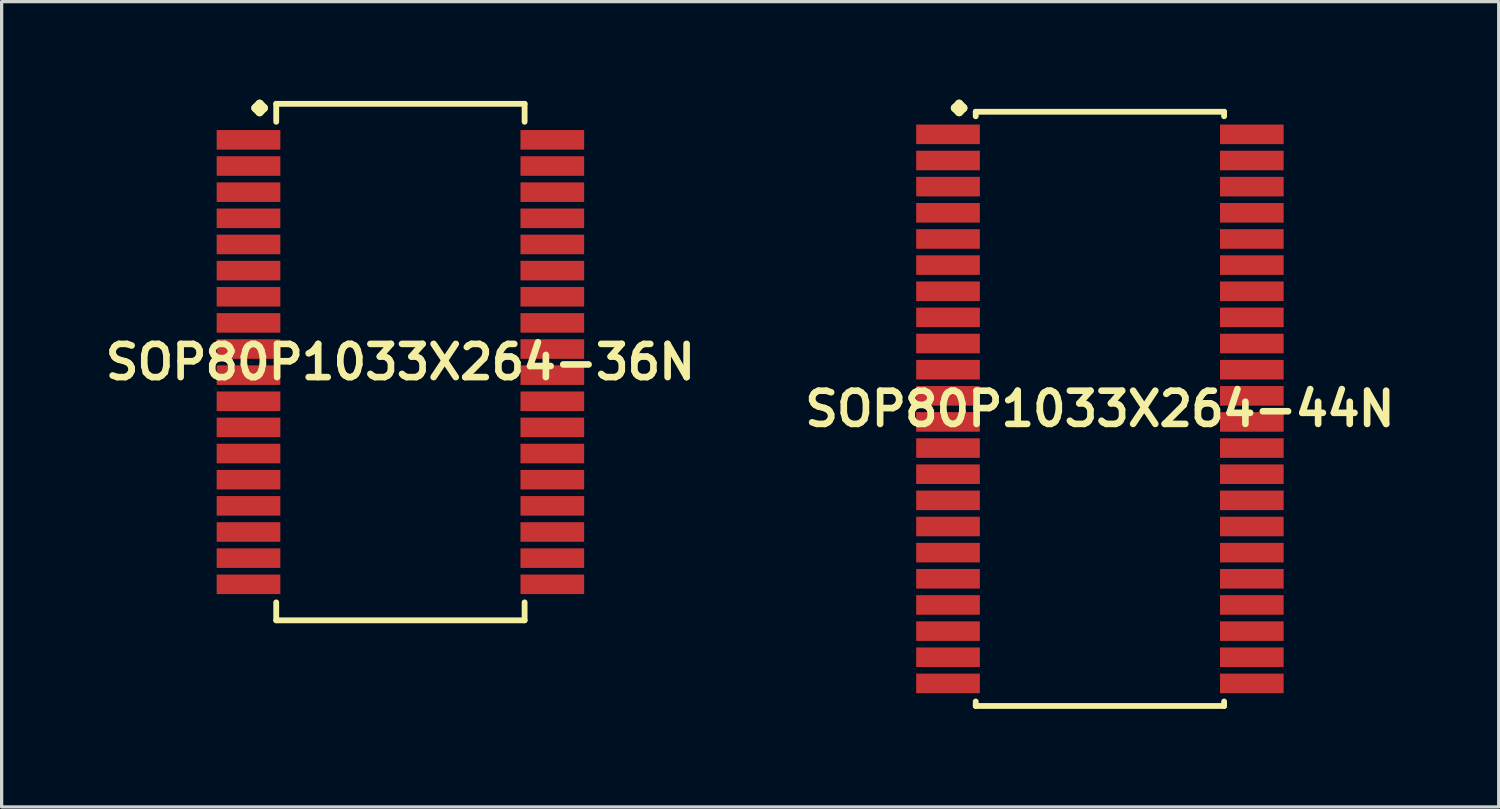
<source format=kicad_pcb>
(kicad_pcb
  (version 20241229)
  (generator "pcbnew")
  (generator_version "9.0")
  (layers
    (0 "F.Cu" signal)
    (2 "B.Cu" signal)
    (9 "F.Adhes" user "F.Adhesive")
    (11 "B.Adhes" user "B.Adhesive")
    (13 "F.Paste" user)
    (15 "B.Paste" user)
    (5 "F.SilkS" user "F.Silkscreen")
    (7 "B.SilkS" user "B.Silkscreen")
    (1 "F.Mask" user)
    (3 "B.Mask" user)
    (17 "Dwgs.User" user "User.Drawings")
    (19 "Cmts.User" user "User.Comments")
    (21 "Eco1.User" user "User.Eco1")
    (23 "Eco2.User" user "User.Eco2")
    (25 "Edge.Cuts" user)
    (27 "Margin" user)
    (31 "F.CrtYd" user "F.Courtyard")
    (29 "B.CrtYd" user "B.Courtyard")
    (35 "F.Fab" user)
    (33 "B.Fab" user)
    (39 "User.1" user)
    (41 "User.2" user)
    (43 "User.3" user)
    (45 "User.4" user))
  (footprint "SOP80P1033X264-44N"
    (layer "F.Cu")
    (at 30.606 9.461)
    (property "Reference" "SOP80P1033X264-44N" (at 0 0 0) (layer "F.SilkS") (effects (font (size 1.016 1.016) (thickness 0.203))))
    (attr smd)
    (fp_line (start -4.435 -9.207) (end -4.308 -9.335) (stroke (width 0.254) (type solid)) (layer "F.SilkS"))
    (fp_line (start -4.308 -9.335) (end -4.181 -9.207) (stroke (width 0.254) (type solid)) (layer "F.SilkS"))
    (fp_line (start -4.308 -9.081) (end -4.435 -9.207) (stroke (width 0.254) (type solid)) (layer "F.SilkS"))
    (fp_line (start -4.181 -9.207) (end -4.308 -9.081) (stroke (width 0.254) (type solid)) (layer "F.SilkS"))
    (fp_line (start -3.8 -9.091) (end 3.8 -9.091) (stroke (width 0.178) (type solid)) (layer "F.SilkS"))
    (fp_line (start -3.8 -8.954) (end -3.8 -9.091) (stroke (width 0.178) (type solid)) (layer "F.SilkS"))
    (fp_line (start -3.8 8.954) (end -3.8 9.091) (stroke (width 0.178) (type solid)) (layer "F.SilkS"))
    (fp_line (start -3.8 9.091) (end 3.8 9.091) (stroke (width 0.178) (type solid)) (layer "F.SilkS"))
    (fp_line (start 3.8 -9.091) (end 3.8 -8.954) (stroke (width 0.178) (type solid)) (layer "F.SilkS"))
    (fp_line (start 3.8 9.091) (end 3.8 8.954) (stroke (width 0.178) (type solid)) (layer "F.SilkS"))
    (pad "1" smd rect (at -4.648 -8.4) (size 1.948 0.599) (layers "F.Cu" "F.Mask" "F.Paste"))
    (pad "2" smd rect (at -4.648 -7.6) (size 1.948 0.599) (layers "F.Cu" "F.Mask" "F.Paste"))
    (pad "3" smd rect (at -4.648 -6.8) (size 1.948 0.599) (layers "F.Cu" "F.Mask" "F.Paste"))
    (pad "4" smd rect (at -4.648 -5.999) (size 1.948 0.599) (layers "F.Cu" "F.Mask" "F.Paste"))
    (pad "5" smd rect (at -4.648 -5.199) (size 1.948 0.599) (layers "F.Cu" "F.Mask" "F.Paste"))
    (pad "6" smd rect (at -4.648 -4.399) (size 1.948 0.599) (layers "F.Cu" "F.Mask" "F.Paste"))
    (pad "7" smd rect (at -4.648 -3.599) (size 1.948 0.599) (layers "F.Cu" "F.Mask" "F.Paste"))
    (pad "8" smd rect (at -4.648 -2.799) (size 1.948 0.599) (layers "F.Cu" "F.Mask" "F.Paste"))
    (pad "9" smd rect (at -4.648 -1.999) (size 1.948 0.599) (layers "F.Cu" "F.Mask" "F.Paste"))
    (pad "10" smd rect (at -4.648 -1.199) (size 1.948 0.599) (layers "F.Cu" "F.Mask" "F.Paste"))
    (pad "11" smd rect (at -4.648 -0.399) (size 1.948 0.599) (layers "F.Cu" "F.Mask" "F.Paste"))
    (pad "12" smd rect (at -4.648 0.399) (size 1.948 0.599) (layers "F.Cu" "F.Mask" "F.Paste"))
    (pad "13" smd rect (at -4.648 1.199) (size 1.948 0.599) (layers "F.Cu" "F.Mask" "F.Paste"))
    (pad "14" smd rect (at -4.648 1.999) (size 1.948 0.599) (layers "F.Cu" "F.Mask" "F.Paste"))
    (pad "15" smd rect (at -4.648 2.799) (size 1.948 0.599) (layers "F.Cu" "F.Mask" "F.Paste"))
    (pad "16" smd rect (at -4.648 3.599) (size 1.948 0.599) (layers "F.Cu" "F.Mask" "F.Paste"))
    (pad "17" smd rect (at -4.648 4.399) (size 1.948 0.599) (layers "F.Cu" "F.Mask" "F.Paste"))
    (pad "18" smd rect (at -4.648 5.199) (size 1.948 0.599) (layers "F.Cu" "F.Mask" "F.Paste"))
    (pad "19" smd rect (at -4.648 5.999) (size 1.948 0.599) (layers "F.Cu" "F.Mask" "F.Paste"))
    (pad "20" smd rect (at -4.648 6.8) (size 1.948 0.599) (layers "F.Cu" "F.Mask" "F.Paste"))
    (pad "21" smd rect (at -4.648 7.6) (size 1.948 0.599) (layers "F.Cu" "F.Mask" "F.Paste"))
    (pad "22" smd rect (at -4.648 8.4) (size 1.948 0.599) (layers "F.Cu" "F.Mask" "F.Paste"))
    (pad "23" smd rect (at 4.648 8.4) (size 1.948 0.599) (layers "F.Cu" "F.Mask" "F.Paste"))
    (pad "24" smd rect (at 4.648 7.6) (size 1.948 0.599) (layers "F.Cu" "F.Mask" "F.Paste"))
    (pad "25" smd rect (at 4.648 6.8) (size 1.948 0.599) (layers "F.Cu" "F.Mask" "F.Paste"))
    (pad "26" smd rect (at 4.648 5.999) (size 1.948 0.599) (layers "F.Cu" "F.Mask" "F.Paste"))
    (pad "27" smd rect (at 4.648 5.199) (size 1.948 0.599) (layers "F.Cu" "F.Mask" "F.Paste"))
    (pad "28" smd rect (at 4.648 4.399) (size 1.948 0.599) (layers "F.Cu" "F.Mask" "F.Paste"))
    (pad "29" smd rect (at 4.648 3.599) (size 1.948 0.599) (layers "F.Cu" "F.Mask" "F.Paste"))
    (pad "30" smd rect (at 4.648 2.799) (size 1.948 0.599) (layers "F.Cu" "F.Mask" "F.Paste"))
    (pad "31" smd rect (at 4.648 1.999) (size 1.948 0.599) (layers "F.Cu" "F.Mask" "F.Paste"))
    (pad "32" smd rect (at 4.648 1.199) (size 1.948 0.599) (layers "F.Cu" "F.Mask" "F.Paste"))
    (pad "33" smd rect (at 4.648 0.399) (size 1.948 0.599) (layers "F.Cu" "F.Mask" "F.Paste"))
    (pad "34" smd rect (at 4.648 -0.399) (size 1.948 0.599) (layers "F.Cu" "F.Mask" "F.Paste"))
    (pad "35" smd rect (at 4.648 -1.199) (size 1.948 0.599) (layers "F.Cu" "F.Mask" "F.Paste"))
    (pad "36" smd rect (at 4.648 -1.999) (size 1.948 0.599) (layers "F.Cu" "F.Mask" "F.Paste"))
    (pad "37" smd rect (at 4.648 -2.799) (size 1.948 0.599) (layers "F.Cu" "F.Mask" "F.Paste"))
    (pad "38" smd rect (at 4.648 -3.599) (size 1.948 0.599) (layers "F.Cu" "F.Mask" "F.Paste"))
    (pad "39" smd rect (at 4.648 -4.399) (size 1.948 0.599) (layers "F.Cu" "F.Mask" "F.Paste"))
    (pad "40" smd rect (at 4.648 -5.199) (size 1.948 0.599) (layers "F.Cu" "F.Mask" "F.Paste"))
    (pad "41" smd rect (at 4.648 -5.999) (size 1.948 0.599) (layers "F.Cu" "F.Mask" "F.Paste"))
    (pad "42" smd rect (at 4.648 -6.8) (size 1.948 0.599) (layers "F.Cu" "F.Mask" "F.Paste"))
    (pad "43" smd rect (at 4.648 -7.6) (size 1.948 0.599) (layers "F.Cu" "F.Mask" "F.Paste"))
    (pad "44" smd rect (at 4.648 -8.4) (size 1.948 0.599) (layers "F.Cu" "F.Mask" "F.Paste")))
  (footprint "SOP80P1033X264-36N"
    (layer "F.Cu")
    (at 9.202 8.029)
    (property "Reference" "SOP80P1033X264-36N" (at 0 0 0) (layer "F.SilkS") (effects (font (size 1.016 1.016) (thickness 0.203))))
    (attr smd)
    (fp_line (start -4.435 -7.775) (end -4.308 -7.902) (stroke (width 0.254) (type solid)) (layer "F.SilkS"))
    (fp_line (start -4.308 -7.902) (end -4.181 -7.775) (stroke (width 0.254) (type solid)) (layer "F.SilkS"))
    (fp_line (start -4.308 -7.648) (end -4.435 -7.775) (stroke (width 0.254) (type solid)) (layer "F.SilkS"))
    (fp_line (start -4.181 -7.775) (end -4.308 -7.648) (stroke (width 0.254) (type solid)) (layer "F.SilkS"))
    (fp_line (start -3.8 -7.902) (end 3.8 -7.902) (stroke (width 0.178) (type solid)) (layer "F.SilkS"))
    (fp_line (start -3.8 -7.353) (end -3.8 -7.902) (stroke (width 0.178) (type solid)) (layer "F.SilkS"))
    (fp_line (start -3.8 7.353) (end -3.8 7.902) (stroke (width 0.178) (type solid)) (layer "F.SilkS"))
    (fp_line (start -3.8 7.902) (end 3.8 7.902) (stroke (width 0.178) (type solid)) (layer "F.SilkS"))
    (fp_line (start 3.8 -7.902) (end 3.8 -7.353) (stroke (width 0.178) (type solid)) (layer "F.SilkS"))
    (fp_line (start 3.8 7.902) (end 3.8 7.353) (stroke (width 0.178) (type solid)) (layer "F.SilkS"))
    (pad "1" smd rect (at -4.648 -6.8) (size 1.948 0.599) (layers "F.Cu" "F.Mask" "F.Paste"))
    (pad "2" smd rect (at -4.648 -5.999) (size 1.948 0.599) (layers "F.Cu" "F.Mask" "F.Paste"))
    (pad "3" smd rect (at -4.648 -5.199) (size 1.948 0.599) (layers "F.Cu" "F.Mask" "F.Paste"))
    (pad "4" smd rect (at -4.648 -4.399) (size 1.948 0.599) (layers "F.Cu" "F.Mask" "F.Paste"))
    (pad "5" smd rect (at -4.648 -3.599) (size 1.948 0.599) (layers "F.Cu" "F.Mask" "F.Paste"))
    (pad "6" smd rect (at -4.648 -2.799) (size 1.948 0.599) (layers "F.Cu" "F.Mask" "F.Paste"))
    (pad "7" smd rect (at -4.648 -1.999) (size 1.948 0.599) (layers "F.Cu" "F.Mask" "F.Paste"))
    (pad "8" smd rect (at -4.648 -1.199) (size 1.948 0.599) (layers "F.Cu" "F.Mask" "F.Paste"))
    (pad "9" smd rect (at -4.648 -0.399) (size 1.948 0.599) (layers "F.Cu" "F.Mask" "F.Paste"))
    (pad "10" smd rect (at -4.648 0.399) (size 1.948 0.599) (layers "F.Cu" "F.Mask" "F.Paste"))
    (pad "11" smd rect (at -4.648 1.199) (size 1.948 0.599) (layers "F.Cu" "F.Mask" "F.Paste"))
    (pad "12" smd rect (at -4.648 1.999) (size 1.948 0.599) (layers "F.Cu" "F.Mask" "F.Paste"))
    (pad "13" smd rect (at -4.648 2.799) (size 1.948 0.599) (layers "F.Cu" "F.Mask" "F.Paste"))
    (pad "14" smd rect (at -4.648 3.599) (size 1.948 0.599) (layers "F.Cu" "F.Mask" "F.Paste"))
    (pad "15" smd rect (at -4.648 4.399) (size 1.948 0.599) (layers "F.Cu" "F.Mask" "F.Paste"))
    (pad "16" smd rect (at -4.648 5.199) (size 1.948 0.599) (layers "F.Cu" "F.Mask" "F.Paste"))
    (pad "17" smd rect (at -4.648 5.999) (size 1.948 0.599) (layers "F.Cu" "F.Mask" "F.Paste"))
    (pad "18" smd rect (at -4.648 6.8) (size 1.948 0.599) (layers "F.Cu" "F.Mask" "F.Paste"))
    (pad "19" smd rect (at 4.648 6.8) (size 1.948 0.599) (layers "F.Cu" "F.Mask" "F.Paste"))
    (pad "20" smd rect (at 4.648 5.999) (size 1.948 0.599) (layers "F.Cu" "F.Mask" "F.Paste"))
    (pad "21" smd rect (at 4.648 5.199) (size 1.948 0.599) (layers "F.Cu" "F.Mask" "F.Paste"))
    (pad "22" smd rect (at 4.648 4.399) (size 1.948 0.599) (layers "F.Cu" "F.Mask" "F.Paste"))
    (pad "23" smd rect (at 4.648 3.599) (size 1.948 0.599) (layers "F.Cu" "F.Mask" "F.Paste"))
    (pad "24" smd rect (at 4.648 2.799) (size 1.948 0.599) (layers "F.Cu" "F.Mask" "F.Paste"))
    (pad "25" smd rect (at 4.648 1.999) (size 1.948 0.599) (layers "F.Cu" "F.Mask" "F.Paste"))
    (pad "26" smd rect (at 4.648 1.199) (size 1.948 0.599) (layers "F.Cu" "F.Mask" "F.Paste"))
    (pad "27" smd rect (at 4.648 0.399) (size 1.948 0.599) (layers "F.Cu" "F.Mask" "F.Paste"))
    (pad "28" smd rect (at 4.648 -0.399) (size 1.948 0.599) (layers "F.Cu" "F.Mask" "F.Paste"))
    (pad "29" smd rect (at 4.648 -1.199) (size 1.948 0.599) (layers "F.Cu" "F.Mask" "F.Paste"))
    (pad "30" smd rect (at 4.648 -1.999) (size 1.948 0.599) (layers "F.Cu" "F.Mask" "F.Paste"))
    (pad "31" smd rect (at 4.648 -2.799) (size 1.948 0.599) (layers "F.Cu" "F.Mask" "F.Paste"))
    (pad "32" smd rect (at 4.648 -3.599) (size 1.948 0.599) (layers "F.Cu" "F.Mask" "F.Paste"))
    (pad "33" smd rect (at 4.648 -4.399) (size 1.948 0.599) (layers "F.Cu" "F.Mask" "F.Paste"))
    (pad "34" smd rect (at 4.648 -5.199) (size 1.948 0.599) (layers "F.Cu" "F.Mask" "F.Paste"))
    (pad "35" smd rect (at 4.648 -5.999) (size 1.948 0.599) (layers "F.Cu" "F.Mask" "F.Paste"))
    (pad "36" smd rect (at 4.648 -6.8) (size 1.948 0.599) (layers "F.Cu" "F.Mask" "F.Paste")))
  (gr_rect
    (start -3 -3)
    (end 42.808 21.641)
    (stroke (width 0.1) (type default))
    (fill no)
    (layer "Edge.Cuts")))
</source>
